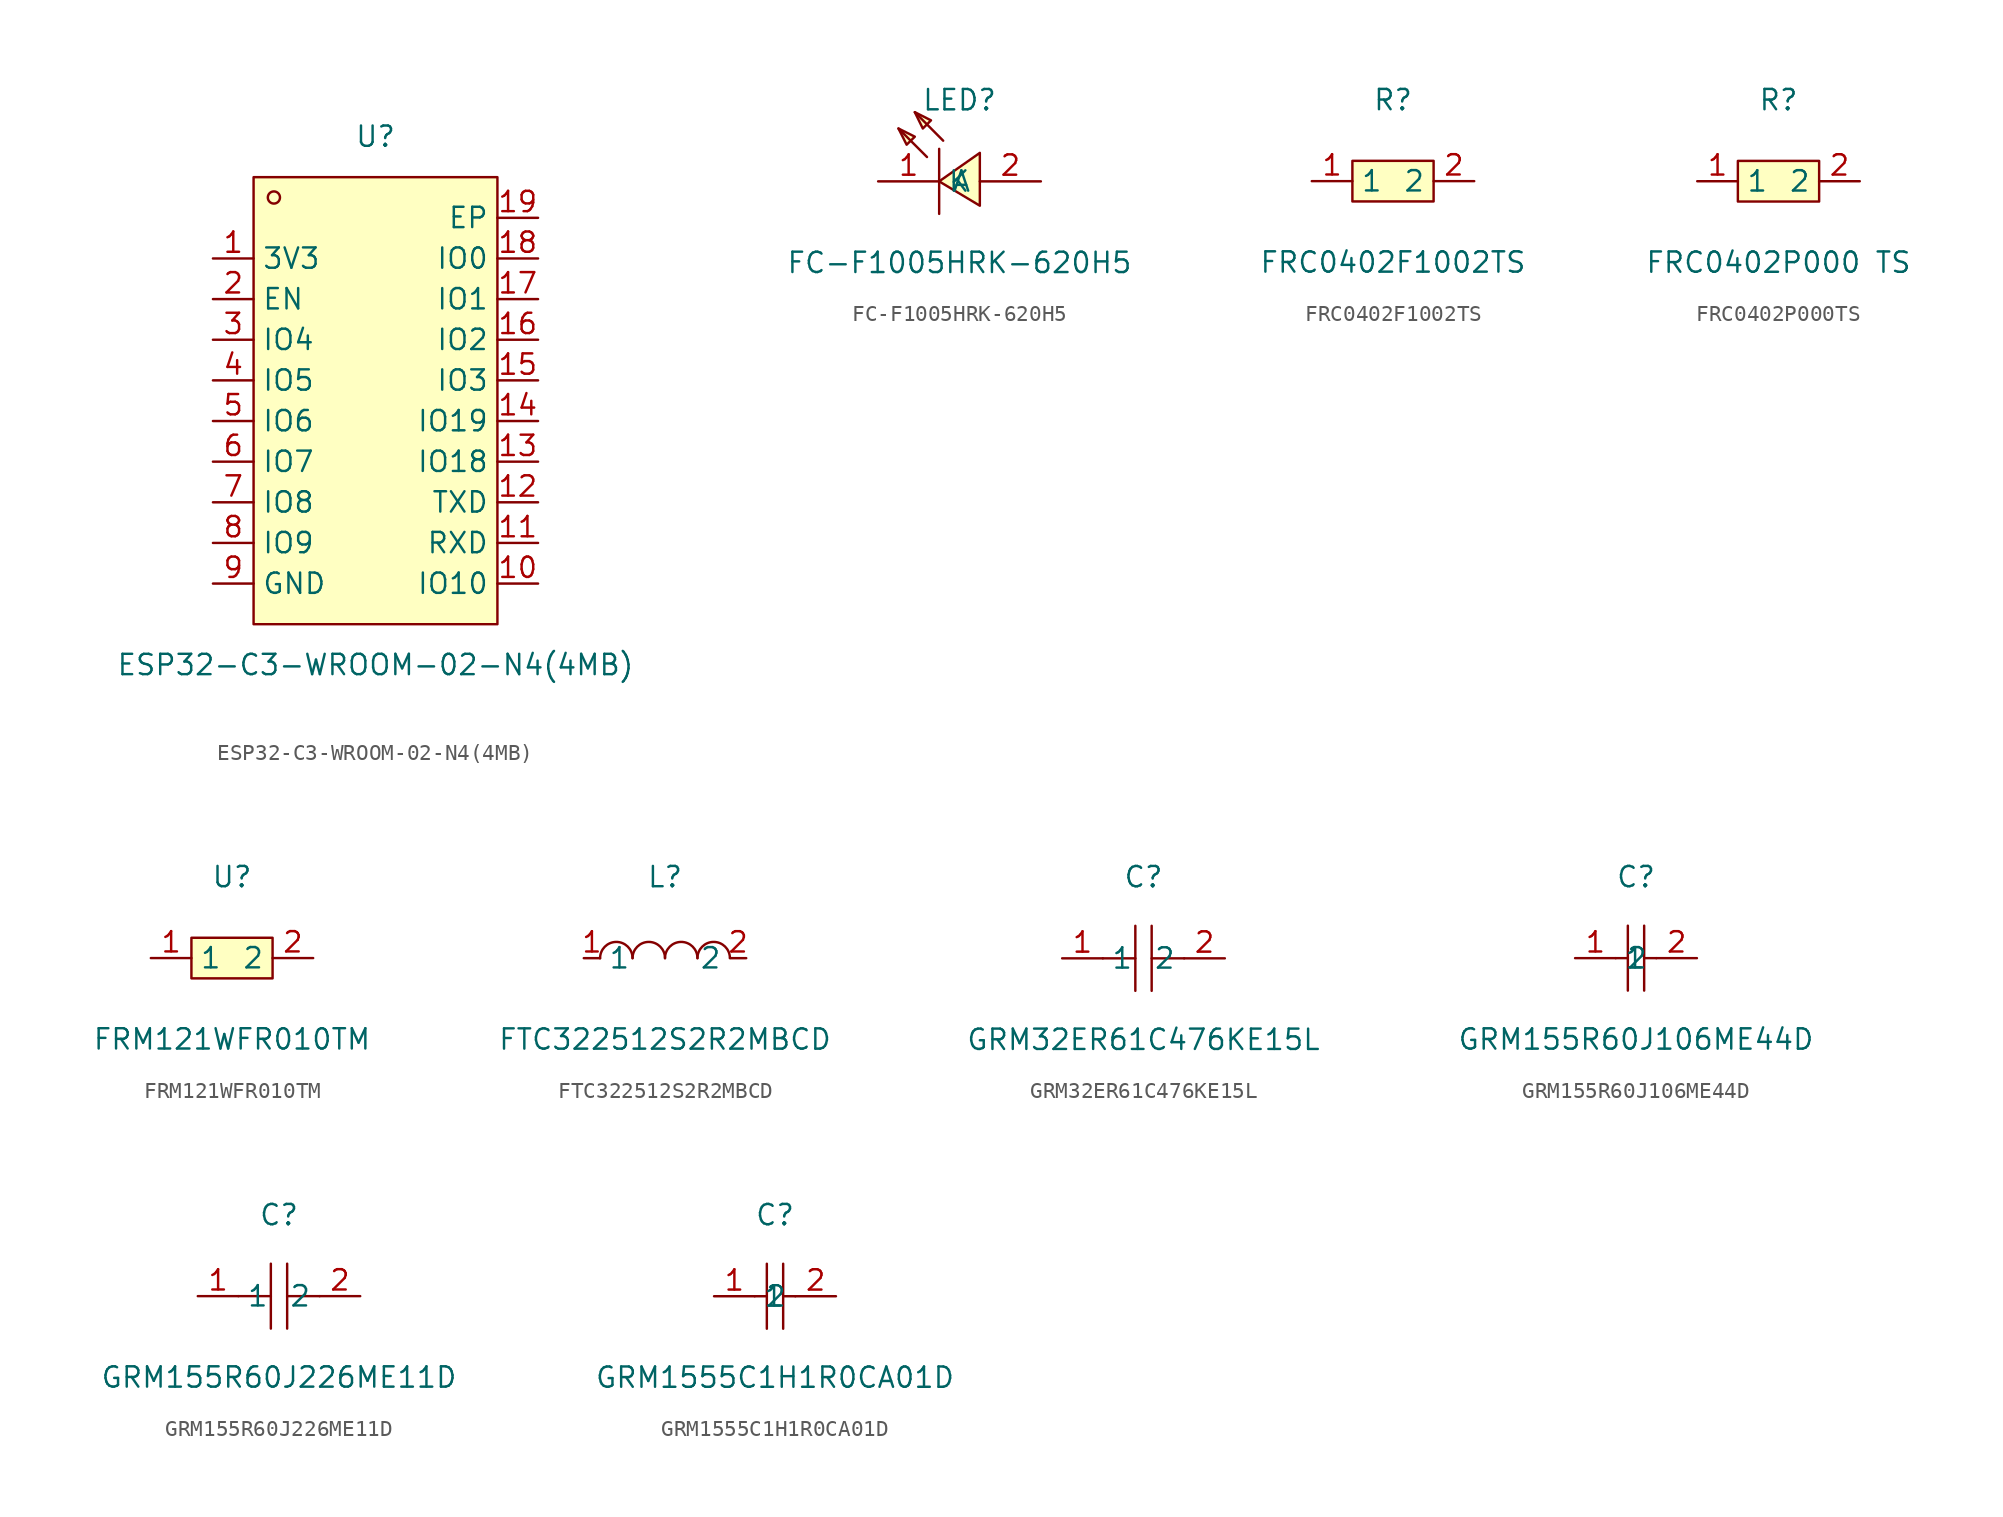
<source format=kicad_sym>
(kicad_symbol_lib
  (version 20241209)
  (generator "kicad_symbol_editor")
  (generator_version "9.0")
  (symbol "ESP32-C3-WROOM-02-N4(4MB)"
    (property "Reference" "U"
      (at 0 16.51 0)
      (effects (font (size 1.27 1.27))))
    (property "Value" "ESP32-C3-WROOM-02-N4(4MB)"
      (at 0 -16.51 0)
      (effects (font (size 1.27 1.27))))
    (symbol "ESP32-C3-WROOM-02-N4(4MB)_0_1"
      (rectangle (start -7.62 13.97) (end 7.62 -13.97) (stroke (width 0) (type default)) (fill (type background)))
      (circle (center -6.35 12.7) (radius 0.38) (stroke (width 0) (type default)) (fill (type none)))
      (pin unspecified line (at -10.16 8.89 0) (length 2.54) (name "3V3" (effects (font (size 1.27 1.27)))) (number "1" (effects (font (size 1.27 1.27)))))
      (pin unspecified line (at -10.16 6.35 0) (length 2.54) (name "EN" (effects (font (size 1.27 1.27)))) (number "2" (effects (font (size 1.27 1.27)))))
      (pin unspecified line (at -10.16 3.81 0) (length 2.54) (name "IO4" (effects (font (size 1.27 1.27)))) (number "3" (effects (font (size 1.27 1.27)))))
      (pin unspecified line (at -10.16 1.27 0) (length 2.54) (name "IO5" (effects (font (size 1.27 1.27)))) (number "4" (effects (font (size 1.27 1.27)))))
      (pin unspecified line (at -10.16 -1.27 0) (length 2.54) (name "IO6" (effects (font (size 1.27 1.27)))) (number "5" (effects (font (size 1.27 1.27)))))
      (pin unspecified line (at -10.16 -3.81 0) (length 2.54) (name "IO7" (effects (font (size 1.27 1.27)))) (number "6" (effects (font (size 1.27 1.27)))))
      (pin unspecified line (at -10.16 -6.35 0) (length 2.54) (name "IO8" (effects (font (size 1.27 1.27)))) (number "7" (effects (font (size 1.27 1.27)))))
      (pin unspecified line (at -10.16 -8.89 0) (length 2.54) (name "IO9" (effects (font (size 1.27 1.27)))) (number "8" (effects (font (size 1.27 1.27)))))
      (pin unspecified line (at -10.16 -11.43 0) (length 2.54) (name "GND" (effects (font (size 1.27 1.27)))) (number "9" (effects (font (size 1.27 1.27)))))
      (pin unspecified line (at 10.16 11.43 180) (length 2.54) (name "EP" (effects (font (size 1.27 1.27)))) (number "19" (effects (font (size 1.27 1.27)))))
      (pin unspecified line (at 10.16 8.89 180) (length 2.54) (name "IO0" (effects (font (size 1.27 1.27)))) (number "18" (effects (font (size 1.27 1.27)))))
      (pin unspecified line (at 10.16 6.35 180) (length 2.54) (name "IO1" (effects (font (size 1.27 1.27)))) (number "17" (effects (font (size 1.27 1.27)))))
      (pin unspecified line (at 10.16 3.81 180) (length 2.54) (name "IO2" (effects (font (size 1.27 1.27)))) (number "16" (effects (font (size 1.27 1.27)))))
      (pin unspecified line (at 10.16 1.27 180) (length 2.54) (name "IO3" (effects (font (size 1.27 1.27)))) (number "15" (effects (font (size 1.27 1.27)))))
      (pin unspecified line (at 10.16 -1.27 180) (length 2.54) (name "IO19" (effects (font (size 1.27 1.27)))) (number "14" (effects (font (size 1.27 1.27)))))
      (pin unspecified line (at 10.16 -3.81 180) (length 2.54) (name "IO18" (effects (font (size 1.27 1.27)))) (number "13" (effects (font (size 1.27 1.27)))))
      (pin unspecified line (at 10.16 -6.35 180) (length 2.54) (name "TXD" (effects (font (size 1.27 1.27)))) (number "12" (effects (font (size 1.27 1.27)))))
      (pin unspecified line (at 10.16 -8.89 180) (length 2.54) (name "RXD" (effects (font (size 1.27 1.27)))) (number "11" (effects (font (size 1.27 1.27)))))
      (pin unspecified line (at 10.16 -11.43 180) (length 2.54) (name "IO10" (effects (font (size 1.27 1.27)))) (number "10" (effects (font (size 1.27 1.27)))))))
  (symbol "FC-F1005HRK-620H5"
    (property "Reference" "LED"
      (at 0 5.08 0)
      (effects (font (size 1.27 1.27))))
    (property "Value" "FC-F1005HRK-620H5"
      (at 0 -5.08 0)
      (effects (font (size 1.27 1.27))))
    (symbol "FC-F1005HRK-620H5_0_1"
      (polyline (pts (xy -3.81 3.3) (xy -2.79 2.79) (xy -3.3 2.29) (xy -3.81 3.3)) (stroke (width 0) (type default)) (fill (type background)))
      (polyline (pts (xy -2.79 4.32) (xy -1.78 3.81) (xy -2.29 3.3) (xy -2.79 4.32)) (stroke (width 0) (type default)) (fill (type background)))
      (polyline (pts (xy -2.03 1.52) (xy -3.81 3.3)) (stroke (width 0) (type default)) (fill (type none)))
      (polyline (pts (xy -1.27 2.03) (xy -1.27 -2.03)) (stroke (width 0) (type default)) (fill (type none)))
      (polyline (pts (xy -1.02 2.54) (xy -2.79 4.32)) (stroke (width 0) (type default)) (fill (type none)))
      (polyline (pts (xy 1.27 -1.52) (xy -1.27 0) (xy 1.27 1.78) (xy 1.27 -1.52)) (stroke (width 0) (type default)) (fill (type background)))
      (pin unspecified line (at -5.08 0 0) (length 3.81) (name "K" (effects (font (size 1.27 1.27)))) (number "1" (effects (font (size 1.27 1.27)))))
      (pin unspecified line (at 5.08 0 180) (length 3.81) (name "A" (effects (font (size 1.27 1.27)))) (number "2" (effects (font (size 1.27 1.27)))))))
  (symbol "FRC0402F1002TS"
    (property "Reference" "R"
      (at 0 5.08 0)
      (effects (font (size 1.27 1.27))))
    (property "Value" "FRC0402F1002TS"
      (at 0 -5.08 0)
      (effects (font (size 1.27 1.27))))
    (symbol "FRC0402F1002TS_0_1"
      (rectangle (start -2.54 1.27) (end 2.54 -1.27) (stroke (width 0) (type default)) (fill (type background)))
      (pin unspecified line (at -5.08 0 0) (length 2.54) (name "1" (effects (font (size 1.27 1.27)))) (number "1" (effects (font (size 1.27 1.27)))))
      (pin unspecified line (at 5.08 0 180) (length 2.54) (name "2" (effects (font (size 1.27 1.27)))) (number "2" (effects (font (size 1.27 1.27)))))))
  (symbol "FRC0402P000TS"
    (property "Reference" "R"
      (at 0 5.08 0)
      (effects (font (size 1.27 1.27))))
    (property "Value" "FRC0402P000 TS"
      (at 0 -5.08 0)
      (effects (font (size 1.27 1.27))))
    (symbol "FRC0402P000TS_0_1"
      (rectangle (start -2.54 1.27) (end 2.54 -1.27) (stroke (width 0) (type default)) (fill (type background)))
      (pin unspecified line (at -5.08 0 0) (length 2.54) (name "1" (effects (font (size 1.27 1.27)))) (number "1" (effects (font (size 1.27 1.27)))))
      (pin unspecified line (at 5.08 0 180) (length 2.54) (name "2" (effects (font (size 1.27 1.27)))) (number "2" (effects (font (size 1.27 1.27)))))))
  (symbol "FRM121WFR010TM"
    (property "Reference" "U"
      (at 0 5.08 0)
      (effects (font (size 1.27 1.27))))
    (property "Value" "FRM121WFR010TM"
      (at 0 -5.08 0)
      (effects (font (size 1.27 1.27))))
    (symbol "FRM121WFR010TM_0_1"
      (rectangle (start -2.54 1.27) (end 2.54 -1.27) (stroke (width 0) (type default)) (fill (type background)))
      (pin unspecified line (at -5.08 0 0) (length 2.54) (name "1" (effects (font (size 1.27 1.27)))) (number "1" (effects (font (size 1.27 1.27)))))
      (pin unspecified line (at 5.08 0 180) (length 2.54) (name "2" (effects (font (size 1.27 1.27)))) (number "2" (effects (font (size 1.27 1.27)))))))
  (symbol "FTC322512S2R2MBCD"
    (property "Reference" "L"
      (at 0 5.08 0)
      (effects (font (size 1.27 1.27))))
    (property "Value" "FTC322512S2R2MBCD"
      (at 0 -5.08 0)
      (effects (font (size 1.27 1.27))))
    (symbol "FTC322512S2R2MBCD_0_1"
      (arc (start -4.06 -0.01) (mid -2.83 0.99) (end -2.03 0.01) (stroke (width 0) (type default)) (fill (type none)))
      (arc (start -2.03 -0.01) (mid -0.8 0.99) (end 0 0.01) (stroke (width 0) (type default)) (fill (type none)))
      (arc (start 0 -0.01) (mid 1.23 0.99) (end 2.03 0.01) (stroke (width 0) (type default)) (fill (type none)))
      (arc (start 2.03 -0.01) (mid 3.26 0.99) (end 4.06 0.01) (stroke (width 0) (type default)) (fill (type none)))
      (pin unspecified line (at -5.08 0 0) (length 1.016) (name "1" (effects (font (size 1.27 1.27)))) (number "1" (effects (font (size 1.27 1.27)))))
      (pin unspecified line (at 5.08 0 180) (length 1.016) (name "2" (effects (font (size 1.27 1.27)))) (number "2" (effects (font (size 1.27 1.27)))))))
  (symbol "GRM32ER61C476KE15L"
    (property "Reference" "C"
      (at 0 5.08 0)
      (effects (font (size 1.27 1.27))))
    (property "Value" "GRM32ER61C476KE15L"
      (at 0 -5.08 0)
      (effects (font (size 1.27 1.27))))
    (symbol "GRM32ER61C476KE15L_0_1"
      (polyline (pts (xy -0.51 0) (xy -2.54 0)) (stroke (width 0) (type default)) (fill (type none)))
      (polyline (pts (xy -0.51 -2.03) (xy -0.51 2.03)) (stroke (width 0) (type default)) (fill (type none)))
      (polyline (pts (xy 0.51 2.03) (xy 0.51 -2.03)) (stroke (width 0) (type default)) (fill (type none)))
      (polyline (pts (xy 2.54 0) (xy 0.51 0)) (stroke (width 0) (type default)) (fill (type none)))
      (pin unspecified line (at -5.08 0 0) (length 2.54) (name "1" (effects (font (size 1.27 1.27)))) (number "1" (effects (font (size 1.27 1.27)))))
      (pin unspecified line (at 5.08 0 180) (length 2.54) (name "2" (effects (font (size 1.27 1.27)))) (number "2" (effects (font (size 1.27 1.27)))))))
  (symbol "GRM155R60J106ME44D"
    (property "Reference" "C"
      (at 0 5.08 0)
      (effects (font (size 1.27 1.27))))
    (property "Value" "GRM155R60J106ME44D"
      (at 0 -5.08 0)
      (effects (font (size 1.27 1.27))))
    (symbol "GRM155R60J106ME44D_0_1"
      (polyline (pts (xy -1.27 0) (xy -0.51 0)) (stroke (width 0) (type default)) (fill (type none)))
      (polyline (pts (xy -0.51 2.03) (xy -0.51 -2.03)) (stroke (width 0) (type default)) (fill (type none)))
      (polyline (pts (xy 0.51 2.03) (xy 0.51 -2.03)) (stroke (width 0) (type default)) (fill (type none)))
      (polyline (pts (xy 0.51 0) (xy 1.27 0)) (stroke (width 0) (type default)) (fill (type none)))
      (pin input line (at -3.81 0 0) (length 2.54) (name "1" (effects (font (size 1.27 1.27)))) (number "1" (effects (font (size 1.27 1.27)))))
      (pin input line (at 3.81 0 180) (length 2.54) (name "2" (effects (font (size 1.27 1.27)))) (number "2" (effects (font (size 1.27 1.27)))))))
  (symbol "GRM155R60J226ME11D"
    (property "Reference" "C"
      (at 0 5.08 0)
      (effects (font (size 1.27 1.27))))
    (property "Value" "GRM155R60J226ME11D"
      (at 0 -5.08 0)
      (effects (font (size 1.27 1.27))))
    (symbol "GRM155R60J226ME11D_0_1"
      (polyline (pts (xy -0.51 0) (xy -2.54 0)) (stroke (width 0) (type default)) (fill (type none)))
      (polyline (pts (xy -0.51 -2.03) (xy -0.51 2.03)) (stroke (width 0) (type default)) (fill (type none)))
      (polyline (pts (xy 0.51 2.03) (xy 0.51 -2.03)) (stroke (width 0) (type default)) (fill (type none)))
      (polyline (pts (xy 2.54 0) (xy 0.51 0)) (stroke (width 0) (type default)) (fill (type none)))
      (pin unspecified line (at -5.08 0 0) (length 2.54) (name "1" (effects (font (size 1.27 1.27)))) (number "1" (effects (font (size 1.27 1.27)))))
      (pin unspecified line (at 5.08 0 180) (length 2.54) (name "2" (effects (font (size 1.27 1.27)))) (number "2" (effects (font (size 1.27 1.27)))))))
  (symbol "GRM1555C1H1R0CA01D"
    (property "Reference" "C"
      (at 0 5.08 0)
      (effects (font (size 1.27 1.27))))
    (property "Value" "GRM1555C1H1R0CA01D"
      (at 0 -5.08 0)
      (effects (font (size 1.27 1.27))))
    (symbol "GRM1555C1H1R0CA01D_0_1"
      (polyline (pts (xy -1.27 0) (xy -0.51 0)) (stroke (width 0) (type default)) (fill (type none)))
      (polyline (pts (xy -0.51 2.03) (xy -0.51 -2.03)) (stroke (width 0) (type default)) (fill (type none)))
      (polyline (pts (xy 0.51 2.03) (xy 0.51 -2.03)) (stroke (width 0) (type default)) (fill (type none)))
      (polyline (pts (xy 0.51 0) (xy 1.27 0)) (stroke (width 0) (type default)) (fill (type none)))
      (pin input line (at -3.81 0 0) (length 2.54) (name "1" (effects (font (size 1.27 1.27)))) (number "1" (effects (font (size 1.27 1.27)))))
      (pin input line (at 3.81 0 180) (length 2.54) (name "2" (effects (font (size 1.27 1.27)))) (number "2" (effects (font (size 1.27 1.27))))))))
</source>
